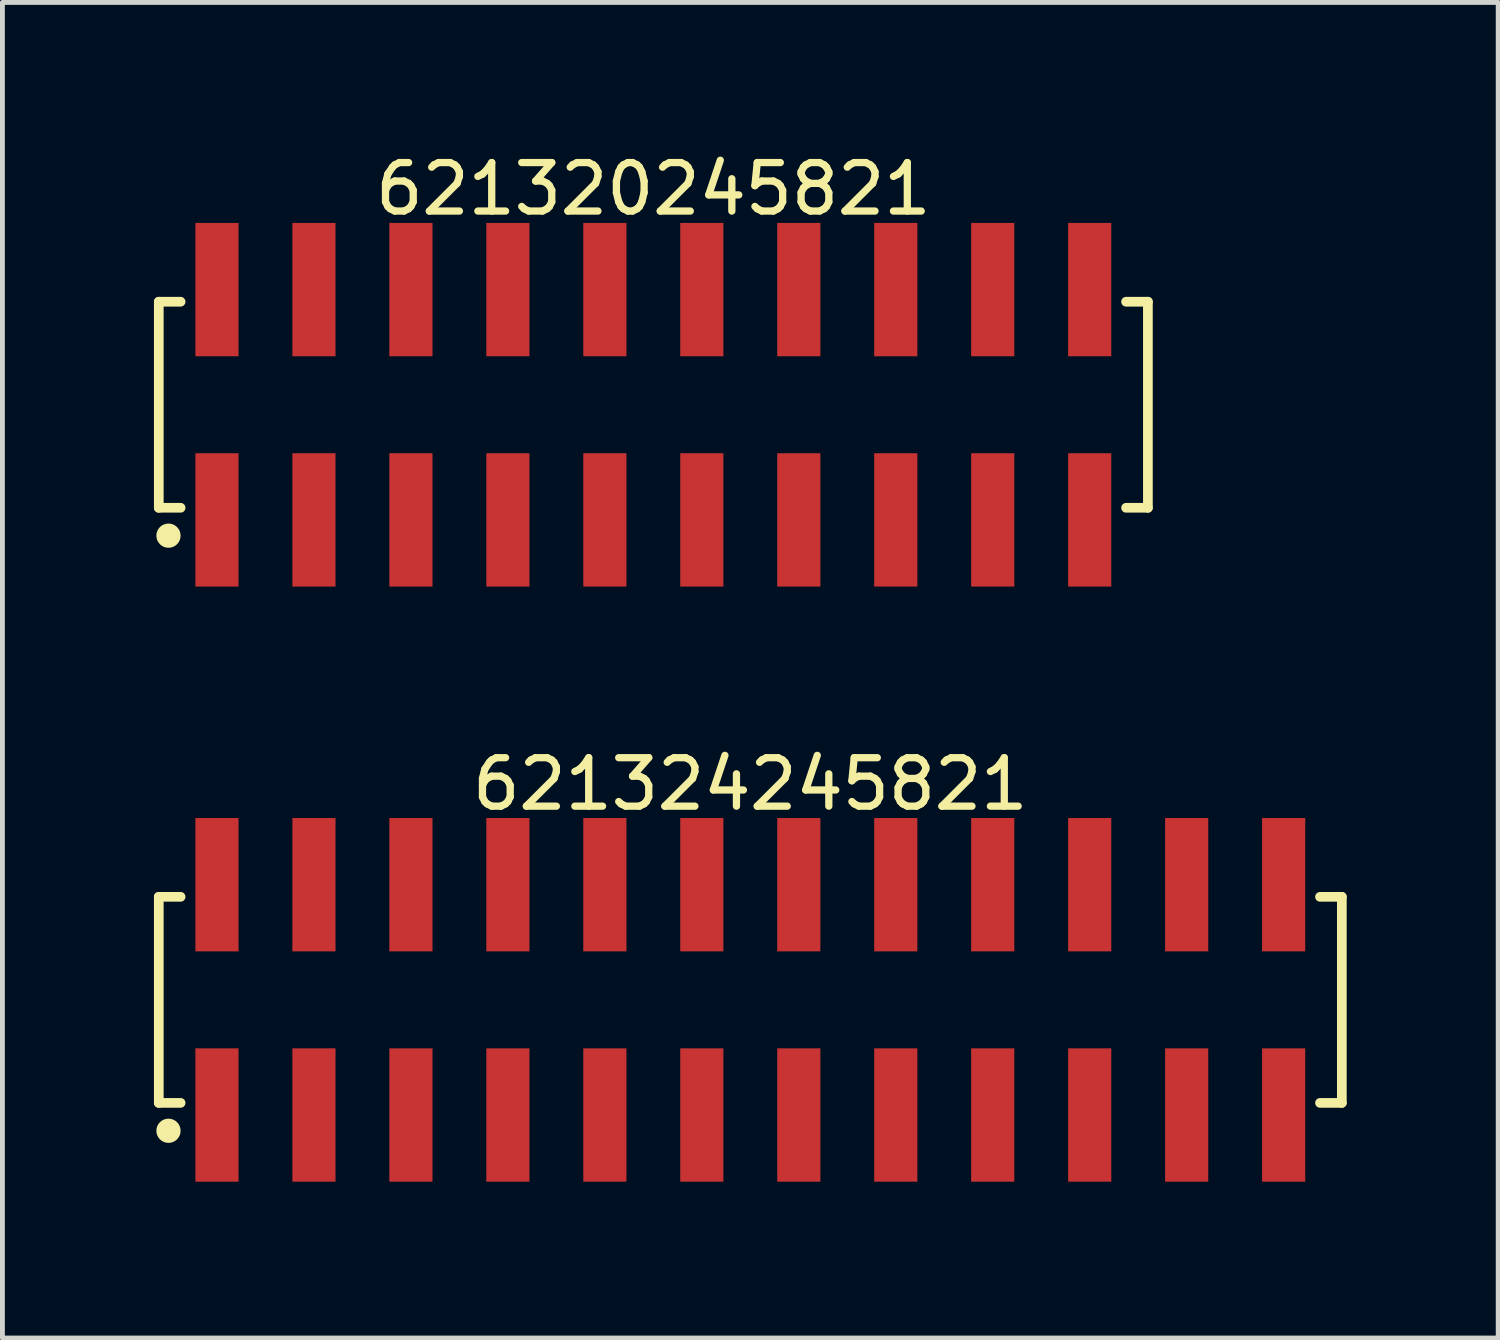
<source format=kicad_pcb>
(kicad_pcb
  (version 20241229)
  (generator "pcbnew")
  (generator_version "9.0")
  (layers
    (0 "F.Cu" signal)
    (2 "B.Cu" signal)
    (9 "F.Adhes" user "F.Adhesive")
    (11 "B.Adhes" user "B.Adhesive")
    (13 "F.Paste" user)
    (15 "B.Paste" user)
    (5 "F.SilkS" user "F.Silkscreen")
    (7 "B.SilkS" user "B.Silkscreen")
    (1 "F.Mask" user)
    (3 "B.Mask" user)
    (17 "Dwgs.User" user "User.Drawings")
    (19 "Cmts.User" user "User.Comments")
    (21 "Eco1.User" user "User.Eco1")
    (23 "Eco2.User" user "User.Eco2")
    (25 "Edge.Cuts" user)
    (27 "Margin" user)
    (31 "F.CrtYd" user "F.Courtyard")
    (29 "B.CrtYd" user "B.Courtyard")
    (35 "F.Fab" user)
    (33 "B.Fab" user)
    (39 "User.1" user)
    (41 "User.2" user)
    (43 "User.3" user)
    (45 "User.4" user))
  (footprint "621320245821"
    (layer "F.Cu")
    (at 10.425 5.298)
    (property "Reference" "621320245821" (at 0 -4.45 0) (layer "F.SilkS") (effects (font (size 1 1) (thickness 0.15))))
    (fp_line (start -10.2 -2.125) (end -9.75 -2.125) (stroke (width 0.2) (type solid)) (layer "F.SilkS"))
    (fp_line (start -10.2 2.125) (end -9.75 2.125) (stroke (width 0.2) (type solid)) (layer "F.SilkS"))
    (fp_line (start -10.2 2.125) (end -10.2 -2.125) (stroke (width 0.2) (type solid)) (layer "F.SilkS"))
    (fp_line (start 9.75 -2.125) (end 10.2 -2.125) (stroke (width 0.2) (type solid)) (layer "F.SilkS"))
    (fp_line (start 9.75 2.125) (end 10.2 2.125) (stroke (width 0.2) (type solid)) (layer "F.SilkS"))
    (fp_line (start 10.2 2.125) (end 10.2 -2.125) (stroke (width 0.2) (type solid)) (layer "F.SilkS"))
    (fp_circle (center -10 2.7) (end -10 2.575) (stroke (width 0.25) (type solid)) (fill no) (layer "F.SilkS"))
    (fp_line (start -10.4 -3.95) (end 10.4 -3.95) (stroke (width 0.05) (type solid)) (layer "Eco2.User"))
    (fp_line (start -10.4 3.95) (end -10.4 -3.95) (stroke (width 0.05) (type solid)) (layer "Eco2.User"))
    (fp_line (start -10.4 3.95) (end 10.4 3.95) (stroke (width 0.05) (type solid)) (layer "Eco2.User"))
    (fp_line (start -10 -2) (end 10 -2) (stroke (width 0.1) (type solid)) (layer "Eco2.User"))
    (fp_line (start -10 2) (end -10 -2) (stroke (width 0.1) (type solid)) (layer "Eco2.User"))
    (fp_line (start -10 2) (end 10 2) (stroke (width 0.1) (type solid)) (layer "Eco2.User"))
    (fp_line (start -9.25 -3.1) (end -8.75 -3.1) (stroke (width 0.1) (type solid)) (layer "Eco2.User"))
    (fp_line (start -9.25 -2) (end -9.25 -3.1) (stroke (width 0.1) (type solid)) (layer "Eco2.User"))
    (fp_line (start -9.25 3.1) (end -9.25 2) (stroke (width 0.1) (type solid)) (layer "Eco2.User"))
    (fp_line (start -9.25 3.1) (end -8.75 3.1) (stroke (width 0.1) (type solid)) (layer "Eco2.User"))
    (fp_line (start -8.75 -2) (end -8.75 -3.1) (stroke (width 0.1) (type solid)) (layer "Eco2.User"))
    (fp_line (start -8.75 3.1) (end -8.75 2) (stroke (width 0.1) (type solid)) (layer "Eco2.User"))
    (fp_line (start -7.25 -3.1) (end -6.75 -3.1) (stroke (width 0.1) (type solid)) (layer "Eco2.User"))
    (fp_line (start -7.25 -2) (end -7.25 -3.1) (stroke (width 0.1) (type solid)) (layer "Eco2.User"))
    (fp_line (start -7.25 3.1) (end -7.25 2) (stroke (width 0.1) (type solid)) (layer "Eco2.User"))
    (fp_line (start -7.25 3.1) (end -6.75 3.1) (stroke (width 0.1) (type solid)) (layer "Eco2.User"))
    (fp_line (start -6.75 -2) (end -6.75 -3.1) (stroke (width 0.1) (type solid)) (layer "Eco2.User"))
    (fp_line (start -6.75 3.1) (end -6.75 2) (stroke (width 0.1) (type solid)) (layer "Eco2.User"))
    (fp_line (start -5.25 -3.1) (end -4.75 -3.1) (stroke (width 0.1) (type solid)) (layer "Eco2.User"))
    (fp_line (start -5.25 -2) (end -5.25 -3.1) (stroke (width 0.1) (type solid)) (layer "Eco2.User"))
    (fp_line (start -5.25 3.1) (end -5.25 2) (stroke (width 0.1) (type solid)) (layer "Eco2.User"))
    (fp_line (start -5.25 3.1) (end -4.75 3.1) (stroke (width 0.1) (type solid)) (layer "Eco2.User"))
    (fp_line (start -4.75 -2) (end -4.75 -3.1) (stroke (width 0.1) (type solid)) (layer "Eco2.User"))
    (fp_line (start -4.75 3.1) (end -4.75 2) (stroke (width 0.1) (type solid)) (layer "Eco2.User"))
    (fp_line (start -3.25 -3.1) (end -2.75 -3.1) (stroke (width 0.1) (type solid)) (layer "Eco2.User"))
    (fp_line (start -3.25 -2) (end -3.25 -3.1) (stroke (width 0.1) (type solid)) (layer "Eco2.User"))
    (fp_line (start -3.25 3.1) (end -3.25 2) (stroke (width 0.1) (type solid)) (layer "Eco2.User"))
    (fp_line (start -3.25 3.1) (end -2.75 3.1) (stroke (width 0.1) (type solid)) (layer "Eco2.User"))
    (fp_line (start -2.75 -2) (end -2.75 -3.1) (stroke (width 0.1) (type solid)) (layer "Eco2.User"))
    (fp_line (start -2.75 3.1) (end -2.75 2) (stroke (width 0.1) (type solid)) (layer "Eco2.User"))
    (fp_line (start -1.25 -3.1) (end -0.75 -3.1) (stroke (width 0.1) (type solid)) (layer "Eco2.User"))
    (fp_line (start -1.25 -2) (end -1.25 -3.1) (stroke (width 0.1) (type solid)) (layer "Eco2.User"))
    (fp_line (start -1.25 3.1) (end -1.25 2) (stroke (width 0.1) (type solid)) (layer "Eco2.User"))
    (fp_line (start -1.25 3.1) (end -0.75 3.1) (stroke (width 0.1) (type solid)) (layer "Eco2.User"))
    (fp_line (start -0.75 -2) (end -0.75 -3.1) (stroke (width 0.1) (type solid)) (layer "Eco2.User"))
    (fp_line (start -0.75 3.1) (end -0.75 2) (stroke (width 0.1) (type solid)) (layer "Eco2.User"))
    (fp_line (start 0.75 -3.1) (end 1.25 -3.1) (stroke (width 0.1) (type solid)) (layer "Eco2.User"))
    (fp_line (start 0.75 -2) (end 0.75 -3.1) (stroke (width 0.1) (type solid)) (layer "Eco2.User"))
    (fp_line (start 0.75 3.1) (end 0.75 2) (stroke (width 0.1) (type solid)) (layer "Eco2.User"))
    (fp_line (start 0.75 3.1) (end 1.25 3.1) (stroke (width 0.1) (type solid)) (layer "Eco2.User"))
    (fp_line (start 1.25 -2) (end 1.25 -3.1) (stroke (width 0.1) (type solid)) (layer "Eco2.User"))
    (fp_line (start 1.25 3.1) (end 1.25 2) (stroke (width 0.1) (type solid)) (layer "Eco2.User"))
    (fp_line (start 2.75 -3.1) (end 3.25 -3.1) (stroke (width 0.1) (type solid)) (layer "Eco2.User"))
    (fp_line (start 2.75 -2) (end 2.75 -3.1) (stroke (width 0.1) (type solid)) (layer "Eco2.User"))
    (fp_line (start 2.75 3.1) (end 2.75 2) (stroke (width 0.1) (type solid)) (layer "Eco2.User"))
    (fp_line (start 2.75 3.1) (end 3.25 3.1) (stroke (width 0.1) (type solid)) (layer "Eco2.User"))
    (fp_line (start 3.25 -2) (end 3.25 -3.1) (stroke (width 0.1) (type solid)) (layer "Eco2.User"))
    (fp_line (start 3.25 3.1) (end 3.25 2) (stroke (width 0.1) (type solid)) (layer "Eco2.User"))
    (fp_line (start 4.75 -3.1) (end 5.25 -3.1) (stroke (width 0.1) (type solid)) (layer "Eco2.User"))
    (fp_line (start 4.75 -2) (end 4.75 -3.1) (stroke (width 0.1) (type solid)) (layer "Eco2.User"))
    (fp_line (start 4.75 3.1) (end 4.75 2) (stroke (width 0.1) (type solid)) (layer "Eco2.User"))
    (fp_line (start 4.75 3.1) (end 5.25 3.1) (stroke (width 0.1) (type solid)) (layer "Eco2.User"))
    (fp_line (start 5.25 -2) (end 5.25 -3.1) (stroke (width 0.1) (type solid)) (layer "Eco2.User"))
    (fp_line (start 5.25 3.1) (end 5.25 2) (stroke (width 0.1) (type solid)) (layer "Eco2.User"))
    (fp_line (start 6.75 -3.1) (end 7.25 -3.1) (stroke (width 0.1) (type solid)) (layer "Eco2.User"))
    (fp_line (start 6.75 -2) (end 6.75 -3.1) (stroke (width 0.1) (type solid)) (layer "Eco2.User"))
    (fp_line (start 6.75 3.1) (end 6.75 2) (stroke (width 0.1) (type solid)) (layer "Eco2.User"))
    (fp_line (start 6.75 3.1) (end 7.25 3.1) (stroke (width 0.1) (type solid)) (layer "Eco2.User"))
    (fp_line (start 7.25 -2) (end 7.25 -3.1) (stroke (width 0.1) (type solid)) (layer "Eco2.User"))
    (fp_line (start 7.25 3.1) (end 7.25 2) (stroke (width 0.1) (type solid)) (layer "Eco2.User"))
    (fp_line (start 8.75 -3.1) (end 9.25 -3.1) (stroke (width 0.1) (type solid)) (layer "Eco2.User"))
    (fp_line (start 8.75 -2) (end 8.75 -3.1) (stroke (width 0.1) (type solid)) (layer "Eco2.User"))
    (fp_line (start 8.75 3.1) (end 8.75 2) (stroke (width 0.1) (type solid)) (layer "Eco2.User"))
    (fp_line (start 8.75 3.1) (end 9.25 3.1) (stroke (width 0.1) (type solid)) (layer "Eco2.User"))
    (fp_line (start 9.25 -2) (end 9.25 -3.1) (stroke (width 0.1) (type solid)) (layer "Eco2.User"))
    (fp_line (start 9.25 3.1) (end 9.25 2) (stroke (width 0.1) (type solid)) (layer "Eco2.User"))
    (fp_line (start 10 2) (end 10 -2) (stroke (width 0.1) (type solid)) (layer "Eco2.User"))
    (fp_line (start 10.4 3.95) (end 10.4 -3.95) (stroke (width 0.05) (type solid)) (layer "Eco2.User"))
    (pad "1" smd rect (at -9 2.375) (size 0.89 2.75) (layers "F.Cu" "F.Mask" "F.Paste"))
    (pad "2" smd rect (at -9 -2.375) (size 0.89 2.75) (layers "F.Cu" "F.Mask" "F.Paste"))
    (pad "3" smd rect (at -7 2.375) (size 0.89 2.75) (layers "F.Cu" "F.Mask" "F.Paste"))
    (pad "4" smd rect (at -7 -2.375) (size 0.89 2.75) (layers "F.Cu" "F.Mask" "F.Paste"))
    (pad "5" smd rect (at -5 2.375) (size 0.89 2.75) (layers "F.Cu" "F.Mask" "F.Paste"))
    (pad "6" smd rect (at -5 -2.375) (size 0.89 2.75) (layers "F.Cu" "F.Mask" "F.Paste"))
    (pad "7" smd rect (at -3 2.375) (size 0.89 2.75) (layers "F.Cu" "F.Mask" "F.Paste"))
    (pad "8" smd rect (at -3 -2.375) (size 0.89 2.75) (layers "F.Cu" "F.Mask" "F.Paste"))
    (pad "9" smd rect (at -1 2.375) (size 0.89 2.75) (layers "F.Cu" "F.Mask" "F.Paste"))
    (pad "10" smd rect (at -1 -2.375) (size 0.89 2.75) (layers "F.Cu" "F.Mask" "F.Paste"))
    (pad "11" smd rect (at 1 2.375) (size 0.89 2.75) (layers "F.Cu" "F.Mask" "F.Paste"))
    (pad "12" smd rect (at 1 -2.375) (size 0.89 2.75) (layers "F.Cu" "F.Mask" "F.Paste"))
    (pad "13" smd rect (at 3 2.375) (size 0.89 2.75) (layers "F.Cu" "F.Mask" "F.Paste"))
    (pad "14" smd rect (at 3 -2.375) (size 0.89 2.75) (layers "F.Cu" "F.Mask" "F.Paste"))
    (pad "15" smd rect (at 5 2.375) (size 0.89 2.75) (layers "F.Cu" "F.Mask" "F.Paste"))
    (pad "16" smd rect (at 5 -2.375) (size 0.89 2.75) (layers "F.Cu" "F.Mask" "F.Paste"))
    (pad "17" smd rect (at 7 2.375) (size 0.89 2.75) (layers "F.Cu" "F.Mask" "F.Paste"))
    (pad "18" smd rect (at 7 -2.375) (size 0.89 2.75) (layers "F.Cu" "F.Mask" "F.Paste"))
    (pad "19" smd rect (at 9 2.375) (size 0.89 2.75) (layers "F.Cu" "F.Mask" "F.Paste"))
    (pad "20" smd rect (at 9 -2.375) (size 0.89 2.75) (layers "F.Cu" "F.Mask" "F.Paste")))
  (footprint "621324245821"
    (layer "F.Cu")
    (at 12.425 17.572)
    (property "Reference" "621324245821" (at 0 -4.45 0) (layer "F.SilkS") (effects (font (size 1 1) (thickness 0.15))))
    (fp_line (start -12.2 -2.125) (end -11.75 -2.125) (stroke (width 0.2) (type solid)) (layer "F.SilkS"))
    (fp_line (start -12.2 2.125) (end -11.75 2.125) (stroke (width 0.2) (type solid)) (layer "F.SilkS"))
    (fp_line (start -12.2 2.125) (end -12.2 -2.125) (stroke (width 0.2) (type solid)) (layer "F.SilkS"))
    (fp_line (start 11.75 -2.125) (end 12.2 -2.125) (stroke (width 0.2) (type solid)) (layer "F.SilkS"))
    (fp_line (start 11.75 2.125) (end 12.2 2.125) (stroke (width 0.2) (type solid)) (layer "F.SilkS"))
    (fp_line (start 12.2 2.125) (end 12.2 -2.125) (stroke (width 0.2) (type solid)) (layer "F.SilkS"))
    (fp_circle (center -12 2.7) (end -12 2.575) (stroke (width 0.25) (type solid)) (fill no) (layer "F.SilkS"))
    (fp_line (start -12.4 -3.95) (end 12.4 -3.95) (stroke (width 0.05) (type solid)) (layer "Eco2.User"))
    (fp_line (start -12.4 3.95) (end -12.4 -3.95) (stroke (width 0.05) (type solid)) (layer "Eco2.User"))
    (fp_line (start -12.4 3.95) (end 12.4 3.95) (stroke (width 0.05) (type solid)) (layer "Eco2.User"))
    (fp_line (start -12 -2) (end 12 -2) (stroke (width 0.1) (type solid)) (layer "Eco2.User"))
    (fp_line (start -12 2) (end -12 -2) (stroke (width 0.1) (type solid)) (layer "Eco2.User"))
    (fp_line (start -12 2) (end 12 2) (stroke (width 0.1) (type solid)) (layer "Eco2.User"))
    (fp_line (start -11.25 -3.1) (end -10.75 -3.1) (stroke (width 0.1) (type solid)) (layer "Eco2.User"))
    (fp_line (start -11.25 -2) (end -11.25 -3.1) (stroke (width 0.1) (type solid)) (layer "Eco2.User"))
    (fp_line (start -11.25 3.1) (end -11.25 2) (stroke (width 0.1) (type solid)) (layer "Eco2.User"))
    (fp_line (start -11.25 3.1) (end -10.75 3.1) (stroke (width 0.1) (type solid)) (layer "Eco2.User"))
    (fp_line (start -10.75 -2) (end -10.75 -3.1) (stroke (width 0.1) (type solid)) (layer "Eco2.User"))
    (fp_line (start -10.75 3.1) (end -10.75 2) (stroke (width 0.1) (type solid)) (layer "Eco2.User"))
    (fp_line (start -9.25 -3.1) (end -8.75 -3.1) (stroke (width 0.1) (type solid)) (layer "Eco2.User"))
    (fp_line (start -9.25 -2) (end -9.25 -3.1) (stroke (width 0.1) (type solid)) (layer "Eco2.User"))
    (fp_line (start -9.25 3.1) (end -9.25 2) (stroke (width 0.1) (type solid)) (layer "Eco2.User"))
    (fp_line (start -9.25 3.1) (end -8.75 3.1) (stroke (width 0.1) (type solid)) (layer "Eco2.User"))
    (fp_line (start -8.75 -2) (end -8.75 -3.1) (stroke (width 0.1) (type solid)) (layer "Eco2.User"))
    (fp_line (start -8.75 3.1) (end -8.75 2) (stroke (width 0.1) (type solid)) (layer "Eco2.User"))
    (fp_line (start -7.25 -3.1) (end -6.75 -3.1) (stroke (width 0.1) (type solid)) (layer "Eco2.User"))
    (fp_line (start -7.25 -2) (end -7.25 -3.1) (stroke (width 0.1) (type solid)) (layer "Eco2.User"))
    (fp_line (start -7.25 3.1) (end -7.25 2) (stroke (width 0.1) (type solid)) (layer "Eco2.User"))
    (fp_line (start -7.25 3.1) (end -6.75 3.1) (stroke (width 0.1) (type solid)) (layer "Eco2.User"))
    (fp_line (start -6.75 -2) (end -6.75 -3.1) (stroke (width 0.1) (type solid)) (layer "Eco2.User"))
    (fp_line (start -6.75 3.1) (end -6.75 2) (stroke (width 0.1) (type solid)) (layer "Eco2.User"))
    (fp_line (start -5.25 -3.1) (end -4.75 -3.1) (stroke (width 0.1) (type solid)) (layer "Eco2.User"))
    (fp_line (start -5.25 -2) (end -5.25 -3.1) (stroke (width 0.1) (type solid)) (layer "Eco2.User"))
    (fp_line (start -5.25 3.1) (end -5.25 2) (stroke (width 0.1) (type solid)) (layer "Eco2.User"))
    (fp_line (start -5.25 3.1) (end -4.75 3.1) (stroke (width 0.1) (type solid)) (layer "Eco2.User"))
    (fp_line (start -4.75 -2) (end -4.75 -3.1) (stroke (width 0.1) (type solid)) (layer "Eco2.User"))
    (fp_line (start -4.75 3.1) (end -4.75 2) (stroke (width 0.1) (type solid)) (layer "Eco2.User"))
    (fp_line (start -3.25 -3.1) (end -2.75 -3.1) (stroke (width 0.1) (type solid)) (layer "Eco2.User"))
    (fp_line (start -3.25 -2) (end -3.25 -3.1) (stroke (width 0.1) (type solid)) (layer "Eco2.User"))
    (fp_line (start -3.25 3.1) (end -3.25 2) (stroke (width 0.1) (type solid)) (layer "Eco2.User"))
    (fp_line (start -3.25 3.1) (end -2.75 3.1) (stroke (width 0.1) (type solid)) (layer "Eco2.User"))
    (fp_line (start -2.75 -2) (end -2.75 -3.1) (stroke (width 0.1) (type solid)) (layer "Eco2.User"))
    (fp_line (start -2.75 3.1) (end -2.75 2) (stroke (width 0.1) (type solid)) (layer "Eco2.User"))
    (fp_line (start -1.25 -3.1) (end -0.75 -3.1) (stroke (width 0.1) (type solid)) (layer "Eco2.User"))
    (fp_line (start -1.25 -2) (end -1.25 -3.1) (stroke (width 0.1) (type solid)) (layer "Eco2.User"))
    (fp_line (start -1.25 3.1) (end -1.25 2) (stroke (width 0.1) (type solid)) (layer "Eco2.User"))
    (fp_line (start -1.25 3.1) (end -0.75 3.1) (stroke (width 0.1) (type solid)) (layer "Eco2.User"))
    (fp_line (start -0.75 -2) (end -0.75 -3.1) (stroke (width 0.1) (type solid)) (layer "Eco2.User"))
    (fp_line (start -0.75 3.1) (end -0.75 2) (stroke (width 0.1) (type solid)) (layer "Eco2.User"))
    (fp_line (start 0.75 -3.1) (end 1.25 -3.1) (stroke (width 0.1) (type solid)) (layer "Eco2.User"))
    (fp_line (start 0.75 -2) (end 0.75 -3.1) (stroke (width 0.1) (type solid)) (layer "Eco2.User"))
    (fp_line (start 0.75 3.1) (end 0.75 2) (stroke (width 0.1) (type solid)) (layer "Eco2.User"))
    (fp_line (start 0.75 3.1) (end 1.25 3.1) (stroke (width 0.1) (type solid)) (layer "Eco2.User"))
    (fp_line (start 1.25 -2) (end 1.25 -3.1) (stroke (width 0.1) (type solid)) (layer "Eco2.User"))
    (fp_line (start 1.25 3.1) (end 1.25 2) (stroke (width 0.1) (type solid)) (layer "Eco2.User"))
    (fp_line (start 2.75 -3.1) (end 3.25 -3.1) (stroke (width 0.1) (type solid)) (layer "Eco2.User"))
    (fp_line (start 2.75 -2) (end 2.75 -3.1) (stroke (width 0.1) (type solid)) (layer "Eco2.User"))
    (fp_line (start 2.75 3.1) (end 2.75 2) (stroke (width 0.1) (type solid)) (layer "Eco2.User"))
    (fp_line (start 2.75 3.1) (end 3.25 3.1) (stroke (width 0.1) (type solid)) (layer "Eco2.User"))
    (fp_line (start 3.25 -2) (end 3.25 -3.1) (stroke (width 0.1) (type solid)) (layer "Eco2.User"))
    (fp_line (start 3.25 3.1) (end 3.25 2) (stroke (width 0.1) (type solid)) (layer "Eco2.User"))
    (fp_line (start 4.75 -3.1) (end 5.25 -3.1) (stroke (width 0.1) (type solid)) (layer "Eco2.User"))
    (fp_line (start 4.75 -2) (end 4.75 -3.1) (stroke (width 0.1) (type solid)) (layer "Eco2.User"))
    (fp_line (start 4.75 3.1) (end 4.75 2) (stroke (width 0.1) (type solid)) (layer "Eco2.User"))
    (fp_line (start 4.75 3.1) (end 5.25 3.1) (stroke (width 0.1) (type solid)) (layer "Eco2.User"))
    (fp_line (start 5.25 -2) (end 5.25 -3.1) (stroke (width 0.1) (type solid)) (layer "Eco2.User"))
    (fp_line (start 5.25 3.1) (end 5.25 2) (stroke (width 0.1) (type solid)) (layer "Eco2.User"))
    (fp_line (start 6.75 -3.1) (end 7.25 -3.1) (stroke (width 0.1) (type solid)) (layer "Eco2.User"))
    (fp_line (start 6.75 -2) (end 6.75 -3.1) (stroke (width 0.1) (type solid)) (layer "Eco2.User"))
    (fp_line (start 6.75 3.1) (end 6.75 2) (stroke (width 0.1) (type solid)) (layer "Eco2.User"))
    (fp_line (start 6.75 3.1) (end 7.25 3.1) (stroke (width 0.1) (type solid)) (layer "Eco2.User"))
    (fp_line (start 7.25 -2) (end 7.25 -3.1) (stroke (width 0.1) (type solid)) (layer "Eco2.User"))
    (fp_line (start 7.25 3.1) (end 7.25 2) (stroke (width 0.1) (type solid)) (layer "Eco2.User"))
    (fp_line (start 8.75 -3.1) (end 9.25 -3.1) (stroke (width 0.1) (type solid)) (layer "Eco2.User"))
    (fp_line (start 8.75 -2) (end 8.75 -3.1) (stroke (width 0.1) (type solid)) (layer "Eco2.User"))
    (fp_line (start 8.75 3.1) (end 8.75 2) (stroke (width 0.1) (type solid)) (layer "Eco2.User"))
    (fp_line (start 8.75 3.1) (end 9.25 3.1) (stroke (width 0.1) (type solid)) (layer "Eco2.User"))
    (fp_line (start 9.25 -2) (end 9.25 -3.1) (stroke (width 0.1) (type solid)) (layer "Eco2.User"))
    (fp_line (start 9.25 3.1) (end 9.25 2) (stroke (width 0.1) (type solid)) (layer "Eco2.User"))
    (fp_line (start 10.75 -3.1) (end 11.25 -3.1) (stroke (width 0.1) (type solid)) (layer "Eco2.User"))
    (fp_line (start 10.75 -2) (end 10.75 -3.1) (stroke (width 0.1) (type solid)) (layer "Eco2.User"))
    (fp_line (start 10.75 3.1) (end 10.75 2) (stroke (width 0.1) (type solid)) (layer "Eco2.User"))
    (fp_line (start 10.75 3.1) (end 11.25 3.1) (stroke (width 0.1) (type solid)) (layer "Eco2.User"))
    (fp_line (start 11.25 -2) (end 11.25 -3.1) (stroke (width 0.1) (type solid)) (layer "Eco2.User"))
    (fp_line (start 11.25 3.1) (end 11.25 2) (stroke (width 0.1) (type solid)) (layer "Eco2.User"))
    (fp_line (start 12 2) (end 12 -2) (stroke (width 0.1) (type solid)) (layer "Eco2.User"))
    (fp_line (start 12.4 3.95) (end 12.4 -3.95) (stroke (width 0.05) (type solid)) (layer "Eco2.User"))
    (pad "1" smd rect (at -11 2.375) (size 0.89 2.75) (layers "F.Cu" "F.Mask" "F.Paste"))
    (pad "2" smd rect (at -11 -2.375) (size 0.89 2.75) (layers "F.Cu" "F.Mask" "F.Paste"))
    (pad "3" smd rect (at -9 2.375) (size 0.89 2.75) (layers "F.Cu" "F.Mask" "F.Paste"))
    (pad "4" smd rect (at -9 -2.375) (size 0.89 2.75) (layers "F.Cu" "F.Mask" "F.Paste"))
    (pad "5" smd rect (at -7 2.375) (size 0.89 2.75) (layers "F.Cu" "F.Mask" "F.Paste"))
    (pad "6" smd rect (at -7 -2.375) (size 0.89 2.75) (layers "F.Cu" "F.Mask" "F.Paste"))
    (pad "7" smd rect (at -5 2.375) (size 0.89 2.75) (layers "F.Cu" "F.Mask" "F.Paste"))
    (pad "8" smd rect (at -5 -2.375) (size 0.89 2.75) (layers "F.Cu" "F.Mask" "F.Paste"))
    (pad "9" smd rect (at -3 2.375) (size 0.89 2.75) (layers "F.Cu" "F.Mask" "F.Paste"))
    (pad "10" smd rect (at -3 -2.375) (size 0.89 2.75) (layers "F.Cu" "F.Mask" "F.Paste"))
    (pad "11" smd rect (at -1 2.375) (size 0.89 2.75) (layers "F.Cu" "F.Mask" "F.Paste"))
    (pad "12" smd rect (at -1 -2.375) (size 0.89 2.75) (layers "F.Cu" "F.Mask" "F.Paste"))
    (pad "13" smd rect (at 1 2.375) (size 0.89 2.75) (layers "F.Cu" "F.Mask" "F.Paste"))
    (pad "14" smd rect (at 1 -2.375) (size 0.89 2.75) (layers "F.Cu" "F.Mask" "F.Paste"))
    (pad "15" smd rect (at 3 2.375) (size 0.89 2.75) (layers "F.Cu" "F.Mask" "F.Paste"))
    (pad "16" smd rect (at 3 -2.375) (size 0.89 2.75) (layers "F.Cu" "F.Mask" "F.Paste"))
    (pad "17" smd rect (at 5 2.375) (size 0.89 2.75) (layers "F.Cu" "F.Mask" "F.Paste"))
    (pad "18" smd rect (at 5 -2.375) (size 0.89 2.75) (layers "F.Cu" "F.Mask" "F.Paste"))
    (pad "19" smd rect (at 7 2.375) (size 0.89 2.75) (layers "F.Cu" "F.Mask" "F.Paste"))
    (pad "20" smd rect (at 7 -2.375) (size 0.89 2.75) (layers "F.Cu" "F.Mask" "F.Paste"))
    (pad "21" smd rect (at 9 2.375) (size 0.89 2.75) (layers "F.Cu" "F.Mask" "F.Paste"))
    (pad "22" smd rect (at 9 -2.375) (size 0.89 2.75) (layers "F.Cu" "F.Mask" "F.Paste"))
    (pad "23" smd rect (at 11 2.375) (size 0.89 2.75) (layers "F.Cu" "F.Mask" "F.Paste"))
    (pad "24" smd rect (at 11 -2.375) (size 0.89 2.75) (layers "F.Cu" "F.Mask" "F.Paste")))
  (gr_rect
    (start -3 -3)
    (end 27.85 24.547)
    (stroke (width 0.1) (type default))
    (fill no)
    (layer "Edge.Cuts")))
</source>
